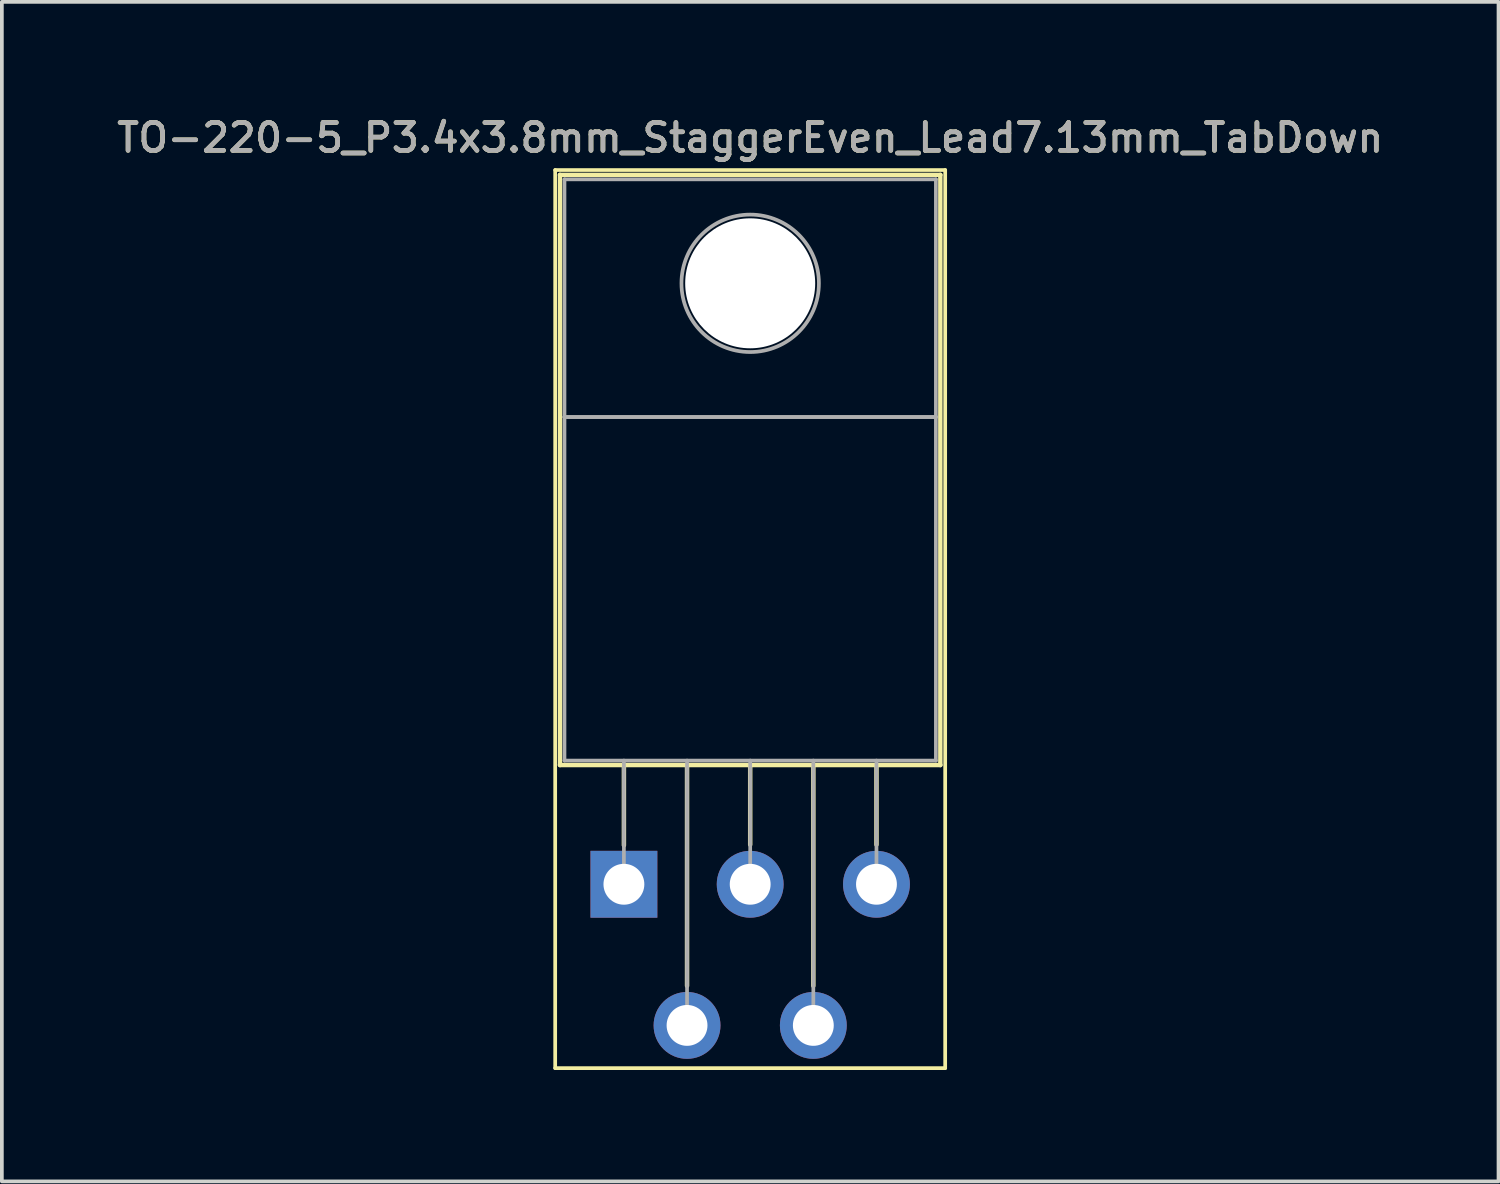
<source format=kicad_pcb>
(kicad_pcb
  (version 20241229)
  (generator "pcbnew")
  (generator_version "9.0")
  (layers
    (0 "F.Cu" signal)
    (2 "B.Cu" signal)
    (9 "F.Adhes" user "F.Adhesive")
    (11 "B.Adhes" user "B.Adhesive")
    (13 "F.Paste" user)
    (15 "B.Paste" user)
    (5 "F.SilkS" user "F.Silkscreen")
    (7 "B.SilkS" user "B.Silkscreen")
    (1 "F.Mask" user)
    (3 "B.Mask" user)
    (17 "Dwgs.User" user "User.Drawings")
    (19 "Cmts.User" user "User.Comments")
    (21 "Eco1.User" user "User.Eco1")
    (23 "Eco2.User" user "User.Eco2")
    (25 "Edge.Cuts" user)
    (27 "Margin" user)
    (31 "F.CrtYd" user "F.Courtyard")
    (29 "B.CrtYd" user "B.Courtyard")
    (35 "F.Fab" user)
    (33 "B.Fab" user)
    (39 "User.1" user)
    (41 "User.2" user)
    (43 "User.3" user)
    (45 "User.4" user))
  (footprint "TO-220-5_P3.4x3.8mm_StaggerEven_Lead7.13mm_TabDown"
    (layer "F.Cu")
    (at 13.748 20.758)
    (property "Reference" "TO-220-5_P3.4x3.8mm_StaggerEven_Lead7.13mm_TabDown" (at 3.4 -20.1 0) (layer "F.SilkS") (effects (font (size 0.75 0.75) (thickness 0.125))))
    (attr through_hole)
    (fp_line (start -1.85 -19.23) (end -1.85 4.95) (stroke (width 0.1) (type solid)) (layer "F.SilkS"))
    (fp_line (start -1.85 4.95) (end 8.65 4.95) (stroke (width 0.1) (type solid)) (layer "F.SilkS"))
    (fp_line (start -1.721 -19.1) (end -1.721 -3.21) (stroke (width 0.12) (type solid)) (layer "F.SilkS"))
    (fp_line (start -1.721 -19.1) (end 8.52 -19.1) (stroke (width 0.12) (type solid)) (layer "F.SilkS"))
    (fp_line (start -1.721 -3.21) (end 8.52 -3.21) (stroke (width 0.12) (type solid)) (layer "F.SilkS"))
    (fp_line (start 0 -3.21) (end 0 -1.05) (stroke (width 0.12) (type solid)) (layer "F.SilkS"))
    (fp_line (start 1.7 -3.21) (end 1.7 2.735) (stroke (width 0.12) (type solid)) (layer "F.SilkS"))
    (fp_line (start 3.4 -3.21) (end 3.4 -1.066) (stroke (width 0.12) (type solid)) (layer "F.SilkS"))
    (fp_line (start 5.1 -3.21) (end 5.1 2.735) (stroke (width 0.12) (type solid)) (layer "F.SilkS"))
    (fp_line (start 6.8 -3.21) (end 6.8 -1.066) (stroke (width 0.12) (type solid)) (layer "F.SilkS"))
    (fp_line (start 8.52 -19.1) (end 8.52 -3.21) (stroke (width 0.12) (type solid)) (layer "F.SilkS"))
    (fp_line (start 8.65 -19.23) (end -1.85 -19.23) (stroke (width 0.1) (type solid)) (layer "F.SilkS"))
    (fp_line (start 8.65 4.95) (end 8.65 -19.23) (stroke (width 0.1) (type solid)) (layer "F.SilkS"))
    (fp_line (start -1.6 -18.98) (end 8.4 -18.98) (stroke (width 0.1) (type solid)) (layer "F.Fab"))
    (fp_line (start -1.6 -12.58) (end -1.6 -18.98) (stroke (width 0.1) (type solid)) (layer "F.Fab"))
    (fp_line (start -1.6 -12.58) (end 8.4 -12.58) (stroke (width 0.1) (type solid)) (layer "F.Fab"))
    (fp_line (start -1.6 -3.33) (end -1.6 -12.58) (stroke (width 0.1) (type solid)) (layer "F.Fab"))
    (fp_line (start 0 -3.33) (end 0 0) (stroke (width 0.1) (type solid)) (layer "F.Fab"))
    (fp_line (start 1.7 -3.33) (end 1.7 3.8) (stroke (width 0.1) (type solid)) (layer "F.Fab"))
    (fp_line (start 3.4 -3.33) (end 3.4 0) (stroke (width 0.1) (type solid)) (layer "F.Fab"))
    (fp_line (start 5.1 -3.33) (end 5.1 3.8) (stroke (width 0.1) (type solid)) (layer "F.Fab"))
    (fp_line (start 6.8 -3.33) (end 6.8 0) (stroke (width 0.1) (type solid)) (layer "F.Fab"))
    (fp_line (start 8.4 -18.98) (end 8.4 -12.58) (stroke (width 0.1) (type solid)) (layer "F.Fab"))
    (fp_line (start 8.4 -12.58) (end -1.6 -12.58) (stroke (width 0.1) (type solid)) (layer "F.Fab"))
    (fp_line (start 8.4 -12.58) (end 8.4 -3.33) (stroke (width 0.1) (type solid)) (layer "F.Fab"))
    (fp_line (start 8.4 -3.33) (end -1.6 -3.33) (stroke (width 0.1) (type solid)) (layer "F.Fab"))
    (fp_circle (center 3.4 -16.18) (end 5.25 -16.18) (stroke (width 0.1) (type solid)) (fill no) (layer "F.Fab"))
    (fp_text user "${REFERENCE}" (at 3.4 -20.1 0) (layer "F.Fab") (effects (font (size 0.75 0.75) (thickness 0.125))))
    (pad "" np_thru_hole oval (at 3.4 -16.18) (size 3.5 3.5) (drill 3.5) (layers "*.Cu" "*.Mask"))
    (pad "1" thru_hole rect (at 0 0) (size 1.8 1.8) (drill 1.1) (layers "*.Cu" "*.Mask"))
    (pad "2" thru_hole oval (at 1.7 3.8) (size 1.8 1.8) (drill 1.1) (layers "*.Cu" "*.Mask"))
    (pad "3" thru_hole oval (at 3.4 0) (size 1.8 1.8) (drill 1.1) (layers "*.Cu" "*.Mask"))
    (pad "4" thru_hole oval (at 5.1 3.8) (size 1.8 1.8) (drill 1.1) (layers "*.Cu" "*.Mask"))
    (pad "5" thru_hole oval (at 6.8 0) (size 1.8 1.8) (drill 1.1) (layers "*.Cu" "*.Mask")))
  (gr_rect
    (start -3 -3)
    (end 37.296 28.758)
    (stroke (width 0.1) (type default))
    (fill no)
    (layer "Edge.Cuts")))
</source>
